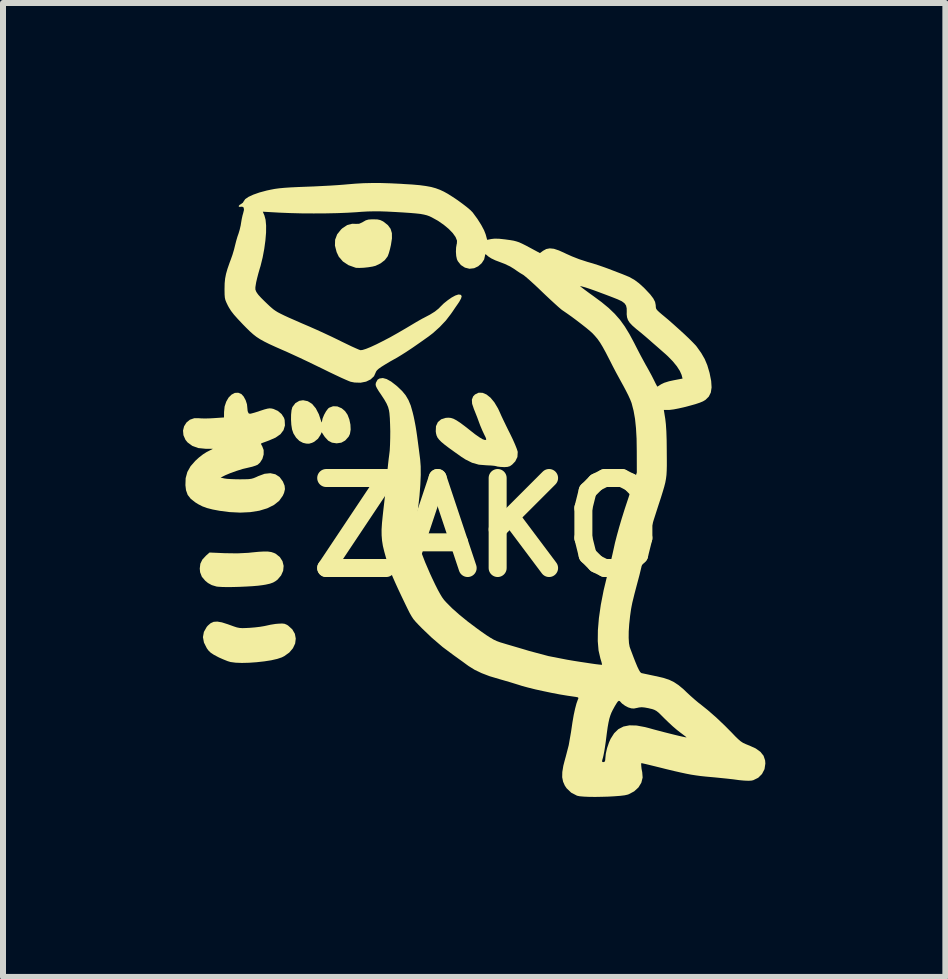
<source format=kicad_pcb>
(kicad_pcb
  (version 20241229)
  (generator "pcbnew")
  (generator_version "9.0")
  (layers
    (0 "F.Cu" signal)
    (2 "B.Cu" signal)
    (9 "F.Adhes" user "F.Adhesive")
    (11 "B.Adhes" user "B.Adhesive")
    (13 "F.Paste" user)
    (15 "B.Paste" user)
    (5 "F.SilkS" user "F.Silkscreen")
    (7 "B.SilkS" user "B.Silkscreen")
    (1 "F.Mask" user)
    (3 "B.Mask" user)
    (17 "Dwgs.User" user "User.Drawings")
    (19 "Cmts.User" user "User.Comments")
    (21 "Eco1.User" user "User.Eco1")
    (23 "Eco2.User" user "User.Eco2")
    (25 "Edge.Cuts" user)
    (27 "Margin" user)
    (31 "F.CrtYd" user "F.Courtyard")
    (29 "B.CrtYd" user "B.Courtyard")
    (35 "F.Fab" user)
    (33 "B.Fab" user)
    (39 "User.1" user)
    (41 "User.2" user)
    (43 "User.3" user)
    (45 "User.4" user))
  (footprint "ZAKO"
    (layer "F.Cu")
    (at 5.065 5.738)
    (property "Reference" "ZAKO" (at 0 0 0) (layer "F.SilkS") (effects (font (size 1.5 1.5) (thickness 0.3))))
    (attr board_only exclude_from_pos_files exclude_from_bom)
    (fp_poly (pts (xy -3.648 0.404) (xy -3.594 0.412) (xy -3.549 0.427) (xy -3.521 0.44) (xy -3.451 0.496) (xy -3.407 0.565) (xy -3.388 0.643) (xy -3.396 0.724) (xy -3.43 0.801) (xy -3.489 0.871) (xy -3.519 0.894) (xy -3.563 0.92) (xy -3.616 0.939) (xy -3.687 0.955) (xy -3.736 0.963) (xy -3.813 0.973) (xy -3.908 0.981) (xy -4.013 0.987) (xy -4.124 0.992) (xy -4.232 0.995) (xy -4.332 0.996) (xy -4.417 0.994) (xy -4.481 0.99) (xy -4.506 0.987) (xy -4.586 0.963) (xy -4.649 0.928) (xy -4.694 0.891) (xy -4.751 0.824) (xy -4.78 0.749) (xy -4.786 0.687) (xy -4.776 0.606) (xy -4.743 0.538) (xy -4.682 0.472) (xy -4.681 0.471) (xy -4.623 0.42) (xy -4.369 0.431) (xy -4.16 0.434) (xy -3.975 0.425) (xy -3.921 0.419) (xy -3.806 0.408) (xy -3.717 0.403)) (stroke (width 0) (type solid)) (fill yes) (layer "F.SilkS"))
    (fp_poly (pts (xy -1.826 -5.131) (xy -1.779 -5.121) (xy -1.736 -5.101) (xy -1.717 -5.089) (xy -1.65 -5.035) (xy -1.606 -4.975) (xy -1.584 -4.903) (xy -1.583 -4.815) (xy -1.6 -4.705) (xy -1.616 -4.635) (xy -1.634 -4.571) (xy -1.651 -4.524) (xy -1.655 -4.515) (xy -1.703 -4.452) (xy -1.774 -4.398) (xy -1.857 -4.358) (xy -1.909 -4.345) (xy -1.978 -4.334) (xy -2.052 -4.326) (xy -2.122 -4.323) (xy -2.176 -4.324) (xy -2.191 -4.327) (xy -2.308 -4.369) (xy -2.4 -4.43) (xy -2.469 -4.51) (xy -2.505 -4.586) (xy -2.533 -4.695) (xy -2.53 -4.793) (xy -2.496 -4.883) (xy -2.431 -4.964) (xy -2.409 -4.984) (xy -2.329 -5.037) (xy -2.246 -5.059) (xy -2.179 -5.057) (xy -2.129 -5.059) (xy -2.076 -5.083) (xy -2.063 -5.091) (xy -2.019 -5.116) (xy -1.975 -5.129) (xy -1.916 -5.133) (xy -1.892 -5.133)) (stroke (width 0) (type solid)) (fill yes) (layer "F.SilkS"))
    (fp_poly (pts (xy -2.986 -2.102) (xy -2.914 -2.057) (xy -2.852 -1.983) (xy -2.801 -1.884) (xy -2.772 -1.796) (xy -2.759 -1.757) (xy -2.752 -1.748) (xy -2.75 -1.762) (xy -2.739 -1.814) (xy -2.714 -1.875) (xy -2.681 -1.934) (xy -2.647 -1.979) (xy -2.63 -1.993) (xy -2.564 -2.018) (xy -2.493 -2.015) (xy -2.421 -1.984) (xy -2.365 -1.937) (xy -2.323 -1.876) (xy -2.293 -1.798) (xy -2.275 -1.712) (xy -2.271 -1.629) (xy -2.283 -1.556) (xy -2.305 -1.51) (xy -2.363 -1.446) (xy -2.426 -1.411) (xy -2.5 -1.4) (xy -2.508 -1.4) (xy -2.583 -1.411) (xy -2.645 -1.444) (xy -2.701 -1.505) (xy -2.715 -1.525) (xy -2.754 -1.585) (xy -2.774 -1.54) (xy -2.816 -1.476) (xy -2.879 -1.425) (xy -2.915 -1.408) (xy -2.963 -1.394) (xy -3.01 -1.395) (xy -3.066 -1.408) (xy -3.126 -1.44) (xy -3.181 -1.495) (xy -3.225 -1.565) (xy -3.248 -1.632) (xy -3.26 -1.709) (xy -3.265 -1.794) (xy -3.264 -1.877) (xy -3.257 -1.949) (xy -3.244 -1.999) (xy -3.242 -2.004) (xy -3.192 -2.07) (xy -3.127 -2.108) (xy -3.064 -2.118)) (stroke (width 0) (type solid)) (fill yes) (layer "F.SilkS"))
    (fp_poly (pts (xy -4.417 1.584) (xy -4.32 1.615) (xy -4.292 1.625) (xy -4.22 1.651) (xy -4.168 1.668) (xy -4.122 1.677) (xy -4.074 1.68) (xy -4.012 1.678) (xy -3.953 1.675) (xy -3.868 1.668) (xy -3.783 1.658) (xy -3.711 1.646) (xy -3.678 1.639) (xy -3.605 1.623) (xy -3.523 1.61) (xy -3.476 1.606) (xy -3.414 1.603) (xy -3.372 1.608) (xy -3.337 1.623) (xy -3.315 1.636) (xy -3.244 1.7) (xy -3.201 1.774) (xy -3.186 1.854) (xy -3.196 1.936) (xy -3.233 2.015) (xy -3.294 2.087) (xy -3.378 2.147) (xy -3.42 2.168) (xy -3.495 2.193) (xy -3.595 2.216) (xy -3.712 2.234) (xy -3.838 2.248) (xy -3.964 2.257) (xy -4.084 2.26) (xy -4.189 2.256) (xy -4.271 2.245) (xy -4.272 2.245) (xy -4.322 2.23) (xy -4.389 2.203) (xy -4.46 2.172) (xy -4.482 2.161) (xy -4.553 2.123) (xy -4.603 2.09) (xy -4.64 2.054) (xy -4.668 2.016) (xy -4.716 1.921) (xy -4.733 1.83) (xy -4.717 1.743) (xy -4.67 1.66) (xy -4.651 1.638) (xy -4.605 1.598) (xy -4.554 1.575) (xy -4.493 1.571)) (stroke (width 0) (type solid)) (fill yes) (layer "F.SilkS"))
    (fp_poly (pts (xy -0.075 -2.242) (xy -0.008 -2.214) (xy 0.06 -2.16) (xy 0.125 -2.081) (xy 0.185 -1.98) (xy 0.217 -1.911) (xy 0.239 -1.861) (xy 0.272 -1.791) (xy 0.313 -1.706) (xy 0.357 -1.616) (xy 0.383 -1.565) (xy 0.43 -1.468) (xy 0.468 -1.382) (xy 0.496 -1.312) (xy 0.512 -1.263) (xy 0.513 -1.253) (xy 0.508 -1.172) (xy 0.472 -1.099) (xy 0.42 -1.045) (xy 0.383 -1.019) (xy 0.343 -1.007) (xy 0.287 -1.003) (xy 0.278 -1.004) (xy 0.221 -1.007) (xy 0.173 -1.013) (xy 0.154 -1.019) (xy 0.123 -1.025) (xy 0.07 -1.03) (xy 0.005 -1.033) (xy -0.012 -1.034) (xy -0.135 -1.044) (xy -0.248 -1.076) (xy -0.36 -1.132) (xy -0.425 -1.174) (xy -0.542 -1.257) (xy -0.635 -1.324) (xy -0.706 -1.378) (xy -0.76 -1.423) (xy -0.798 -1.462) (xy -0.824 -1.496) (xy -0.839 -1.529) (xy -0.848 -1.564) (xy -0.853 -1.6) (xy -0.849 -1.686) (xy -0.818 -1.753) (xy -0.763 -1.8) (xy -0.687 -1.824) (xy -0.641 -1.827) (xy -0.601 -1.823) (xy -0.559 -1.81) (xy -0.509 -1.784) (xy -0.448 -1.744) (xy -0.371 -1.687) (xy -0.291 -1.624) (xy -0.198 -1.551) (xy -0.125 -1.5) (xy -0.072 -1.468) (xy -0.036 -1.456) (xy -0.03 -1.455) (xy -0.015 -1.458) (xy -0.012 -1.469) (xy -0.021 -1.497) (xy -0.045 -1.546) (xy -0.046 -1.548) (xy -0.077 -1.614) (xy -0.11 -1.692) (xy -0.134 -1.756) (xy -0.162 -1.832) (xy -0.194 -1.913) (xy -0.218 -1.973) (xy -0.247 -2.059) (xy -0.251 -2.128) (xy -0.23 -2.182) (xy -0.199 -2.214) (xy -0.14 -2.243)) (stroke (width 0) (type solid)) (fill yes) (layer "F.SilkS"))
    (fp_poly (pts (xy -4.092 -2.221) (xy -4.054 -2.179) (xy -4.021 -2.118) (xy -3.999 -2.05) (xy -3.994 -2.002) (xy -3.988 -1.937) (xy -3.973 -1.901) (xy -3.95 -1.892) (xy -3.925 -1.897) (xy -3.877 -1.91) (xy -3.815 -1.929) (xy -3.778 -1.942) (xy -3.707 -1.965) (xy -3.657 -1.978) (xy -3.621 -1.983) (xy -3.588 -1.98) (xy -3.558 -1.973) (xy -3.484 -1.94) (xy -3.423 -1.888) (xy -3.382 -1.825) (xy -3.371 -1.789) (xy -3.366 -1.698) (xy -3.39 -1.619) (xy -3.442 -1.551) (xy -3.524 -1.494) (xy -3.63 -1.448) (xy -3.689 -1.426) (xy -3.736 -1.409) (xy -3.762 -1.398) (xy -3.765 -1.397) (xy -3.762 -1.381) (xy -3.745 -1.351) (xy -3.745 -1.351) (xy -3.721 -1.288) (xy -3.721 -1.214) (xy -3.742 -1.141) (xy -3.782 -1.078) (xy -3.821 -1.043) (xy -3.856 -1.028) (xy -3.911 -1.01) (xy -3.975 -0.995) (xy -3.979 -0.994) (xy -4.069 -0.973) (xy -4.171 -0.941) (xy -4.272 -0.905) (xy -4.36 -0.868) (xy -4.39 -0.853) (xy -4.438 -0.828) (xy -4.373 -0.814) (xy -4.331 -0.808) (xy -4.266 -0.804) (xy -4.187 -0.801) (xy -4.115 -0.8) (xy -4.031 -0.801) (xy -3.971 -0.803) (xy -3.926 -0.809) (xy -3.887 -0.82) (xy -3.846 -0.837) (xy -3.812 -0.853) (xy -3.706 -0.892) (xy -3.61 -0.902) (xy -3.526 -0.884) (xy -3.456 -0.839) (xy -3.402 -0.766) (xy -3.399 -0.76) (xy -3.372 -0.694) (xy -3.366 -0.636) (xy -3.381 -0.574) (xy -3.403 -0.525) (xy -3.463 -0.441) (xy -3.55 -0.372) (xy -3.661 -0.317) (xy -3.793 -0.277) (xy -3.944 -0.253) (xy -4.111 -0.245) (xy -4.292 -0.254) (xy -4.453 -0.275) (xy -4.57 -0.297) (xy -4.664 -0.321) (xy -4.741 -0.349) (xy -4.811 -0.385) (xy -4.858 -0.414) (xy -4.936 -0.475) (xy -4.987 -0.54) (xy -5.015 -0.618) (xy -5.025 -0.702) (xy -5.021 -0.819) (xy -4.993 -0.922) (xy -4.939 -1.018) (xy -4.859 -1.109) (xy -4.799 -1.164) (xy -4.732 -1.216) (xy -4.671 -1.255) (xy -4.664 -1.258) (xy -4.567 -1.308) (xy -4.69 -1.309) (xy -4.81 -1.321) (xy -4.91 -1.357) (xy -4.989 -1.415) (xy -5.024 -1.458) (xy -5.058 -1.535) (xy -5.065 -1.612) (xy -5.047 -1.684) (xy -5.008 -1.746) (xy -4.951 -1.793) (xy -4.879 -1.818) (xy -4.798 -1.818) (xy -4.755 -1.815) (xy -4.69 -1.814) (xy -4.613 -1.816) (xy -4.558 -1.819) (xy -4.382 -1.831) (xy -4.381 -1.922) (xy -4.372 -2.013) (xy -4.345 -2.094) (xy -4.306 -2.162) (xy -4.257 -2.211) (xy -4.202 -2.24) (xy -4.145 -2.243)) (stroke (width 0) (type solid)) (fill yes) (layer "F.SilkS"))
    (fp_poly (pts (xy -1.772 -5.738) (xy -1.609 -5.733) (xy -1.422 -5.724) (xy -1.399 -5.722) (xy -1.246 -5.713) (xy -1.121 -5.702) (xy -1.017 -5.688) (xy -0.93 -5.672) (xy -0.854 -5.651) (xy -0.784 -5.625) (xy -0.719 -5.595) (xy -0.652 -5.558) (xy -0.573 -5.508) (xy -0.489 -5.452) (xy -0.407 -5.392) (xy -0.333 -5.335) (xy -0.274 -5.285) (xy -0.236 -5.246) (xy -0.235 -5.244) (xy -0.158 -5.139) (xy -0.095 -5.039) (xy -0.048 -4.951) (xy -0.021 -4.882) (xy 0.004 -4.791) (xy 0.074 -4.805) (xy 0.129 -4.811) (xy 0.205 -4.809) (xy 0.306 -4.798) (xy 0.326 -4.795) (xy 0.392 -4.786) (xy 0.445 -4.777) (xy 0.491 -4.765) (xy 0.536 -4.75) (xy 0.587 -4.727) (xy 0.651 -4.695) (xy 0.733 -4.651) (xy 0.785 -4.623) (xy 0.883 -4.57) (xy 0.936 -4.609) (xy 0.989 -4.638) (xy 1.047 -4.649) (xy 1.116 -4.642) (xy 1.2 -4.614) (xy 1.304 -4.567) (xy 1.313 -4.562) (xy 1.418 -4.515) (xy 1.538 -4.468) (xy 1.655 -4.43) (xy 1.673 -4.424) (xy 1.767 -4.397) (xy 1.866 -4.365) (xy 1.958 -4.333) (xy 2.013 -4.313) (xy 2.094 -4.282) (xy 2.18 -4.249) (xy 2.256 -4.22) (xy 2.273 -4.213) (xy 2.37 -4.173) (xy 2.453 -4.127) (xy 2.532 -4.069) (xy 2.615 -3.994) (xy 2.646 -3.962) (xy 2.721 -3.882) (xy 2.772 -3.815) (xy 2.802 -3.757) (xy 2.813 -3.702) (xy 2.813 -3.692) (xy 2.815 -3.664) (xy 2.821 -3.641) (xy 2.838 -3.618) (xy 2.869 -3.588) (xy 2.919 -3.545) (xy 2.935 -3.532) (xy 3.02 -3.461) (xy 3.11 -3.382) (xy 3.2 -3.301) (xy 3.287 -3.222) (xy 3.365 -3.148) (xy 3.429 -3.084) (xy 3.477 -3.034) (xy 3.496 -3.011) (xy 3.572 -2.904) (xy 3.629 -2.805) (xy 3.672 -2.703) (xy 3.707 -2.585) (xy 3.711 -2.57) (xy 3.737 -2.439) (xy 3.744 -2.332) (xy 3.731 -2.246) (xy 3.697 -2.178) (xy 3.642 -2.124) (xy 3.6 -2.099) (xy 3.547 -2.077) (xy 3.472 -2.052) (xy 3.382 -2.027) (xy 3.287 -2.002) (xy 3.194 -1.981) (xy 3.111 -1.965) (xy 3.047 -1.957) (xy 3.03 -1.956) (xy 2.948 -1.956) (xy 2.972 -1.807) (xy 2.982 -1.719) (xy 2.99 -1.601) (xy 2.995 -1.453) (xy 2.997 -1.273) (xy 2.997 -1.245) (xy 2.998 -1.123) (xy 2.998 -1.024) (xy 2.996 -0.942) (xy 2.992 -0.873) (xy 2.984 -0.809) (xy 2.972 -0.744) (xy 2.954 -0.674) (xy 2.93 -0.593) (xy 2.899 -0.493) (xy 2.859 -0.371) (xy 2.846 -0.331) (xy 2.78 -0.125) (xy 2.725 0.057) (xy 2.679 0.217) (xy 2.643 0.36) (xy 2.613 0.49) (xy 2.611 0.501) (xy 2.592 0.585) (xy 2.568 0.688) (xy 2.542 0.795) (xy 2.517 0.889) (xy 2.484 1.013) (xy 2.458 1.112) (xy 2.439 1.19) (xy 2.423 1.255) (xy 2.412 1.31) (xy 2.402 1.363) (xy 2.394 1.419) (xy 2.385 1.483) (xy 2.385 1.486) (xy 2.371 1.615) (xy 2.363 1.735) (xy 2.362 1.842) (xy 2.367 1.929) (xy 2.378 1.99) (xy 2.378 1.99) (xy 2.391 2.027) (xy 2.413 2.085) (xy 2.44 2.157) (xy 2.47 2.234) (xy 2.505 2.319) (xy 2.533 2.377) (xy 2.554 2.412) (xy 2.573 2.428) (xy 2.578 2.43) (xy 2.606 2.436) (xy 2.658 2.447) (xy 2.728 2.462) (xy 2.808 2.479) (xy 2.821 2.481) (xy 2.94 2.509) (xy 3.035 2.54) (xy 3.116 2.579) (xy 3.193 2.63) (xy 3.275 2.698) (xy 3.331 2.752) (xy 3.396 2.812) (xy 3.464 2.872) (xy 3.526 2.924) (xy 3.55 2.942) (xy 3.681 3.047) (xy 3.823 3.171) (xy 3.965 3.306) (xy 4.078 3.42) (xy 4.141 3.486) (xy 4.19 3.533) (xy 4.23 3.567) (xy 4.268 3.592) (xy 4.311 3.612) (xy 4.365 3.634) (xy 4.369 3.635) (xy 4.479 3.685) (xy 4.558 3.742) (xy 4.61 3.807) (xy 4.636 3.884) (xy 4.64 3.936) (xy 4.626 4.03) (xy 4.584 4.111) (xy 4.521 4.174) (xy 4.439 4.214) (xy 4.409 4.221) (xy 4.359 4.224) (xy 4.286 4.221) (xy 4.201 4.213) (xy 4.18 4.21) (xy 4.106 4.2) (xy 4.009 4.189) (xy 3.901 4.178) (xy 3.792 4.167) (xy 3.746 4.163) (xy 3.647 4.154) (xy 3.562 4.145) (xy 3.482 4.134) (xy 3.404 4.122) (xy 3.321 4.106) (xy 3.228 4.086) (xy 3.118 4.061) (xy 2.985 4.029) (xy 2.902 4.008) (xy 2.805 3.984) (xy 2.719 3.963) (xy 2.649 3.946) (xy 2.6 3.935) (xy 2.576 3.929) (xy 2.575 3.929) (xy 2.57 3.943) (xy 2.572 3.979) (xy 2.577 4.027) (xy 2.587 4.076) (xy 2.588 4.081) (xy 2.595 4.17) (xy 2.573 4.256) (xy 2.525 4.335) (xy 2.454 4.4) (xy 2.364 4.448) (xy 2.344 4.455) (xy 2.295 4.466) (xy 2.221 4.475) (xy 2.128 4.482) (xy 2.024 4.488) (xy 1.915 4.491) (xy 1.806 4.493) (xy 1.704 4.492) (xy 1.615 4.488) (xy 1.546 4.482) (xy 1.503 4.473) (xy 1.502 4.473) (xy 1.404 4.422) (xy 1.328 4.349) (xy 1.298 4.305) (xy 1.269 4.239) (xy 1.254 4.165) (xy 1.256 4.078) (xy 1.273 3.974) (xy 1.291 3.904) (xy 1.919 3.904) (xy 1.929 3.912) (xy 1.942 3.913) (xy 1.962 3.906) (xy 1.971 3.882) (xy 1.973 3.851) (xy 1.981 3.773) (xy 2.002 3.68) (xy 2.034 3.586) (xy 2.061 3.525) (xy 2.12 3.432) (xy 2.19 3.364) (xy 2.275 3.32) (xy 2.375 3.3) (xy 2.494 3.303) (xy 2.634 3.329) (xy 2.7 3.346) (xy 2.771 3.366) (xy 2.854 3.388) (xy 2.945 3.412) (xy 3.036 3.435) (xy 3.124 3.457) (xy 3.202 3.476) (xy 3.266 3.49) (xy 3.309 3.499) (xy 3.326 3.502) (xy 3.326 3.502) (xy 3.316 3.491) (xy 3.285 3.467) (xy 3.24 3.433) (xy 3.221 3.419) (xy 3.165 3.375) (xy 3.096 3.316) (xy 3.024 3.249) (xy 2.965 3.192) (xy 2.904 3.131) (xy 2.86 3.088) (xy 2.824 3.06) (xy 2.791 3.042) (xy 2.754 3.029) (xy 2.706 3.018) (xy 2.7 3.016) (xy 2.631 3.003) (xy 2.581 2.998) (xy 2.536 3.002) (xy 2.505 3.009) (xy 2.45 3.02) (xy 2.406 3.017) (xy 2.354 3.001) (xy 2.301 2.973) (xy 2.254 2.939) (xy 2.241 2.926) (xy 2.215 2.897) (xy 2.198 2.891) (xy 2.181 2.904) (xy 2.178 2.907) (xy 2.159 2.935) (xy 2.131 2.981) (xy 2.1 3.038) (xy 2.097 3.043) (xy 2.074 3.09) (xy 2.056 3.137) (xy 2.04 3.189) (xy 2.026 3.252) (xy 2.012 3.33) (xy 1.998 3.431) (xy 1.982 3.557) (xy 1.981 3.566) (xy 1.969 3.65) (xy 1.956 3.731) (xy 1.943 3.797) (xy 1.934 3.836) (xy 1.921 3.882) (xy 1.919 3.904) (xy 1.291 3.904) (xy 1.306 3.848) (xy 1.313 3.824) (xy 1.363 3.631) (xy 1.401 3.413) (xy 1.406 3.379) (xy 1.425 3.25) (xy 1.446 3.129) (xy 1.469 3.023) (xy 1.492 2.936) (xy 1.514 2.874) (xy 1.52 2.861) (xy 1.525 2.844) (xy 1.514 2.833) (xy 1.479 2.826) (xy 1.451 2.822) (xy 1.341 2.806) (xy 1.214 2.785) (xy 1.078 2.759) (xy 0.94 2.73) (xy 0.807 2.701) (xy 0.687 2.671) (xy 0.587 2.644) (xy 0.534 2.627) (xy 0.469 2.607) (xy 0.385 2.581) (xy 0.292 2.554) (xy 0.202 2.528) (xy 0.044 2.481) (xy -0.089 2.43) (xy -0.204 2.375) (xy -0.307 2.311) (xy -0.34 2.287) (xy -0.408 2.237) (xy -0.486 2.181) (xy -0.557 2.13) (xy -0.557 2.13) (xy -0.738 1.995) (xy -0.921 1.838) (xy -1.079 1.687) (xy -1.141 1.624) (xy -1.188 1.574) (xy -1.225 1.53) (xy -1.256 1.483) (xy -1.288 1.427) (xy -1.324 1.355) (xy -1.359 1.283) (xy -1.428 1.139) (xy -1.484 1.02) (xy -1.529 0.921) (xy -1.566 0.837) (xy -1.597 0.763) (xy -1.622 0.695) (xy -1.645 0.628) (xy -1.668 0.557) (xy -1.681 0.513) (xy -1.711 0.405) (xy -1.734 0.31) (xy -1.748 0.222) (xy -1.755 0.134) (xy -1.756 0.038) (xy -1.749 -0.071) (xy -1.736 -0.2) (xy -1.725 -0.299) (xy -1.711 -0.42) (xy -1.697 -0.545) (xy -1.684 -0.665) (xy -1.673 -0.773) (xy -1.666 -0.858) (xy -1.665 -0.865) (xy -1.657 -0.959) (xy -1.647 -1.056) (xy -1.637 -1.144) (xy -1.629 -1.205) (xy -1.62 -1.28) (xy -1.615 -1.377) (xy -1.612 -1.487) (xy -1.611 -1.602) (xy -1.614 -1.715) (xy -1.618 -1.818) (xy -1.625 -1.902) (xy -1.632 -1.948) (xy -1.647 -2.004) (xy -1.672 -2.062) (xy -1.71 -2.129) (xy -1.758 -2.202) (xy -1.804 -2.27) (xy -1.833 -2.318) (xy -1.849 -2.351) (xy -1.855 -2.377) (xy -1.852 -2.4) (xy -1.849 -2.412) (xy -1.822 -2.461) (xy -1.791 -2.48) (xy -1.735 -2.488) (xy -1.672 -2.471) (xy -1.598 -2.43) (xy -1.511 -2.363) (xy -1.488 -2.343) (xy -1.412 -2.27) (xy -1.354 -2.199) (xy -1.308 -2.121) (xy -1.27 -2.03) (xy -1.238 -1.917) (xy -1.222 -1.851) (xy -1.21 -1.794) (xy -1.199 -1.738) (xy -1.188 -1.679) (xy -1.177 -1.611) (xy -1.165 -1.53) (xy -1.152 -1.432) (xy -1.136 -1.311) (xy -1.117 -1.164) (xy -1.113 -1.132) (xy -1.104 -1.016) (xy -1.103 -0.873) (xy -1.11 -0.709) (xy -1.124 -0.526) (xy -1.146 -0.33) (xy -1.147 -0.316) (xy -1.159 -0.218) (xy -1.169 -0.123) (xy -1.176 -0.038) (xy -1.18 0.027) (xy -1.18 0.048) (xy -1.171 0.145) (xy -1.142 0.267) (xy -1.095 0.413) (xy -1.03 0.582) (xy -0.948 0.772) (xy -0.913 0.848) (xy -0.86 0.959) (xy -0.816 1.046) (xy -0.779 1.113) (xy -0.747 1.166) (xy -0.715 1.21) (xy -0.681 1.248) (xy -0.583 1.347) (xy -0.46 1.456) (xy -0.32 1.57) (xy -0.167 1.685) (xy -0.088 1.742) (xy -0.006 1.799) (xy 0.058 1.84) (xy 0.111 1.871) (xy 0.162 1.895) (xy 0.219 1.916) (xy 0.289 1.937) (xy 0.325 1.948) (xy 0.424 1.977) (xy 0.533 2.009) (xy 0.638 2.04) (xy 0.703 2.06) (xy 1.026 2.146) (xy 1.334 2.206) (xy 1.44 2.224) (xy 1.546 2.241) (xy 1.647 2.256) (xy 1.739 2.27) (xy 1.817 2.281) (xy 1.876 2.288) (xy 1.911 2.291) (xy 1.918 2.291) (xy 1.916 2.274) (xy 1.906 2.235) (xy 1.89 2.183) (xy 1.89 2.182) (xy 1.86 2.052) (xy 1.847 1.896) (xy 1.849 1.716) (xy 1.866 1.513) (xy 1.898 1.29) (xy 1.945 1.049) (xy 2.007 0.791) (xy 2.015 0.761) (xy 2.041 0.662) (xy 2.067 0.555) (xy 2.091 0.453) (xy 2.109 0.372) (xy 2.134 0.258) (xy 2.165 0.138) (xy 2.201 0.007) (xy 2.244 -0.139) (xy 2.296 -0.305) (xy 2.359 -0.495) (xy 2.374 -0.542) (xy 2.498 -0.913) (xy 2.497 -1.269) (xy 2.494 -1.475) (xy 2.484 -1.653) (xy 2.468 -1.807) (xy 2.444 -1.942) (xy 2.413 -2.062) (xy 2.408 -2.078) (xy 2.388 -2.129) (xy 2.356 -2.199) (xy 2.315 -2.28) (xy 2.271 -2.363) (xy 2.263 -2.377) (xy 2.211 -2.472) (xy 2.151 -2.582) (xy 2.092 -2.695) (xy 2.041 -2.796) (xy 2.039 -2.799) (xy 1.98 -2.914) (xy 1.93 -3.005) (xy 1.886 -3.078) (xy 1.844 -3.138) (xy 1.799 -3.191) (xy 1.76 -3.233) (xy 1.719 -3.27) (xy 1.657 -3.322) (xy 1.582 -3.381) (xy 1.5 -3.444) (xy 1.417 -3.506) (xy 1.341 -3.56) (xy 1.277 -3.604) (xy 1.269 -3.609) (xy 1.239 -3.631) (xy 1.19 -3.673) (xy 1.127 -3.73) (xy 1.053 -3.798) (xy 0.972 -3.874) (xy 0.927 -3.917) (xy 0.846 -3.995) (xy 0.82 -4.019) (xy 1.552 -4.019) (xy 1.565 -4.008) (xy 1.599 -3.982) (xy 1.651 -3.943) (xy 1.716 -3.895) (xy 1.768 -3.858) (xy 1.91 -3.753) (xy 2.029 -3.655) (xy 2.129 -3.559) (xy 2.217 -3.459) (xy 2.297 -3.348) (xy 2.375 -3.22) (xy 2.456 -3.069) (xy 2.469 -3.043) (xy 2.516 -2.951) (xy 2.564 -2.859) (xy 2.61 -2.774) (xy 2.647 -2.706) (xy 2.66 -2.684) (xy 2.701 -2.61) (xy 2.745 -2.529) (xy 2.781 -2.458) (xy 2.783 -2.454) (xy 2.809 -2.401) (xy 2.829 -2.363) (xy 2.84 -2.345) (xy 2.84 -2.344) (xy 2.855 -2.353) (xy 2.886 -2.373) (xy 2.901 -2.383) (xy 2.955 -2.409) (xy 3.035 -2.434) (xy 3.109 -2.45) (xy 3.26 -2.479) (xy 3.244 -2.541) (xy 3.215 -2.606) (xy 3.165 -2.684) (xy 3.096 -2.768) (xy 3.015 -2.851) (xy 2.977 -2.886) (xy 2.913 -2.942) (xy 2.838 -3.008) (xy 2.763 -3.073) (xy 2.737 -3.096) (xy 2.68 -3.146) (xy 2.63 -3.189) (xy 2.592 -3.221) (xy 2.577 -3.234) (xy 2.489 -3.305) (xy 2.424 -3.362) (xy 2.378 -3.411) (xy 2.35 -3.455) (xy 2.335 -3.5) (xy 2.329 -3.551) (xy 2.33 -3.591) (xy 2.329 -3.65) (xy 2.318 -3.697) (xy 2.292 -3.734) (xy 2.248 -3.767) (xy 2.18 -3.799) (xy 2.102 -3.83) (xy 2.045 -3.852) (xy 1.971 -3.88) (xy 1.893 -3.909) (xy 1.867 -3.919) (xy 1.788 -3.948) (xy 1.711 -3.975) (xy 1.644 -3.997) (xy 1.591 -4.012) (xy 1.559 -4.019) (xy 1.552 -4.019) (xy 0.82 -4.019) (xy 0.769 -4.066) (xy 0.702 -4.127) (xy 0.647 -4.174) (xy 0.608 -4.205) (xy 0.595 -4.213) (xy 0.553 -4.238) (xy 0.499 -4.274) (xy 0.455 -4.305) (xy 0.385 -4.348) (xy 0.296 -4.39) (xy 0.223 -4.418) (xy 0.141 -4.449) (xy 0.072 -4.482) (xy 0.024 -4.513) (xy 0.022 -4.515) (xy -0.011 -4.543) (xy -0.027 -4.551) (xy -0.032 -4.54) (xy -0.032 -4.528) (xy -0.047 -4.464) (xy -0.087 -4.402) (xy -0.146 -4.35) (xy -0.213 -4.318) (xy -0.291 -4.309) (xy -0.367 -4.328) (xy -0.434 -4.371) (xy -0.485 -4.435) (xy -0.5 -4.467) (xy -0.512 -4.522) (xy -0.517 -4.592) (xy -0.514 -4.663) (xy -0.504 -4.721) (xy -0.501 -4.729) (xy -0.499 -4.778) (xy -0.523 -4.838) (xy -0.57 -4.904) (xy -0.637 -4.973) (xy -0.72 -5.042) (xy -0.817 -5.109) (xy -0.92 -5.166) (xy -0.96 -5.185) (xy -1.002 -5.2) (xy -1.05 -5.212) (xy -1.109 -5.223) (xy -1.183 -5.231) (xy -1.276 -5.239) (xy -1.393 -5.247) (xy -1.528 -5.255) (xy -1.667 -5.262) (xy -1.784 -5.266) (xy -1.888 -5.266) (xy -1.987 -5.264) (xy -2.093 -5.258) (xy -2.167 -5.252) (xy -2.318 -5.243) (xy -2.494 -5.236) (xy -2.686 -5.232) (xy -2.886 -5.231) (xy -3.085 -5.232) (xy -3.277 -5.237) (xy -3.452 -5.244) (xy -3.472 -5.245) (xy -3.735 -5.26) (xy -3.708 -5.196) (xy -3.689 -5.125) (xy -3.68 -5.028) (xy -3.681 -4.911) (xy -3.692 -4.78) (xy -3.711 -4.641) (xy -3.738 -4.497) (xy -3.773 -4.355) (xy -3.786 -4.313) (xy -3.809 -4.233) (xy -3.83 -4.152) (xy -3.846 -4.083) (xy -3.85 -4.059) (xy -3.859 -4.002) (xy -3.859 -3.964) (xy -3.848 -3.933) (xy -3.833 -3.907) (xy -3.808 -3.873) (xy -3.764 -3.825) (xy -3.709 -3.77) (xy -3.659 -3.722) (xy -3.622 -3.687) (xy -3.589 -3.658) (xy -3.558 -3.632) (xy -3.524 -3.608) (xy -3.485 -3.584) (xy -3.437 -3.559) (xy -3.376 -3.529) (xy -3.3 -3.494) (xy -3.204 -3.452) (xy -3.086 -3.4) (xy -2.941 -3.338) (xy -2.935 -3.335) (xy -2.833 -3.29) (xy -2.715 -3.236) (xy -2.591 -3.178) (xy -2.475 -3.122) (xy -2.423 -3.096) (xy -2.334 -3.053) (xy -2.253 -3.014) (xy -2.184 -2.983) (xy -2.133 -2.961) (xy -2.107 -2.952) (xy -2.073 -2.956) (xy -2.015 -2.974) (xy -1.936 -3.006) (xy -1.841 -3.05) (xy -1.734 -3.104) (xy -1.617 -3.165) (xy -1.496 -3.233) (xy -1.372 -3.305) (xy -1.348 -3.319) (xy -1.266 -3.368) (xy -1.189 -3.414) (xy -1.123 -3.452) (xy -1.075 -3.479) (xy -1.057 -3.488) (xy -0.949 -3.545) (xy -0.867 -3.596) (xy -0.805 -3.646) (xy -0.774 -3.678) (xy -0.719 -3.732) (xy -0.654 -3.784) (xy -0.588 -3.83) (xy -0.527 -3.863) (xy -0.479 -3.879) (xy -0.468 -3.88) (xy -0.434 -3.874) (xy -0.421 -3.852) (xy -0.431 -3.814) (xy -0.463 -3.756) (xy -0.491 -3.715) (xy -0.532 -3.656) (xy -0.571 -3.598) (xy -0.601 -3.555) (xy -0.684 -3.447) (xy -0.787 -3.338) (xy -0.899 -3.237) (xy -0.973 -3.18) (xy -1.12 -3.076) (xy -1.244 -2.99) (xy -1.348 -2.921) (xy -1.432 -2.868) (xy -1.496 -2.829) (xy -1.609 -2.766) (xy -1.696 -2.714) (xy -1.76 -2.674) (xy -1.805 -2.642) (xy -1.833 -2.616) (xy -1.848 -2.595) (xy -1.851 -2.587) (xy -1.882 -2.518) (xy -1.938 -2.465) (xy -2.014 -2.428) (xy -2.105 -2.41) (xy -2.206 -2.413) (xy -2.272 -2.426) (xy -2.303 -2.438) (xy -2.359 -2.462) (xy -2.435 -2.496) (xy -2.526 -2.539) (xy -2.627 -2.587) (xy -2.724 -2.635) (xy -2.848 -2.695) (xy -2.98 -2.759) (xy -3.113 -2.822) (xy -3.239 -2.88) (xy -3.348 -2.93) (xy -3.395 -2.95) (xy -3.524 -3.007) (xy -3.627 -3.054) (xy -3.711 -3.096) (xy -3.781 -3.135) (xy -3.841 -3.174) (xy -3.896 -3.217) (xy -3.952 -3.267) (xy -4.013 -3.327) (xy -4.067 -3.382) (xy -4.151 -3.471) (xy -4.216 -3.544) (xy -4.264 -3.606) (xy -4.3 -3.663) (xy -4.317 -3.694) (xy -4.342 -3.746) (xy -4.359 -3.788) (xy -4.368 -3.829) (xy -4.372 -3.88) (xy -4.373 -3.951) (xy -4.373 -3.976) (xy -4.371 -4.067) (xy -4.363 -4.147) (xy -4.348 -4.224) (xy -4.324 -4.308) (xy -4.289 -4.409) (xy -4.269 -4.462) (xy -4.241 -4.541) (xy -4.215 -4.628) (xy -4.197 -4.701) (xy -4.179 -4.772) (xy -4.158 -4.844) (xy -4.14 -4.895) (xy -4.121 -4.958) (xy -4.104 -5.031) (xy -4.098 -5.069) (xy -4.087 -5.135) (xy -4.073 -5.199) (xy -4.064 -5.229) (xy -4.049 -5.29) (xy -4.054 -5.329) (xy -4.079 -5.344) (xy -4.1 -5.342) (xy -4.131 -5.341) (xy -4.138 -5.354) (xy -4.121 -5.374) (xy -4.1 -5.386) (xy -4.067 -5.41) (xy -4.053 -5.434) (xy -4.028 -5.47) (xy -3.974 -5.507) (xy -3.894 -5.544) (xy -3.792 -5.58) (xy -3.669 -5.613) (xy -3.603 -5.627) (xy -3.535 -5.64) (xy -3.461 -5.65) (xy -3.375 -5.658) (xy -3.272 -5.665) (xy -3.146 -5.671) (xy -3.015 -5.676) (xy -2.884 -5.681) (xy -2.746 -5.688) (xy -2.61 -5.695) (xy -2.486 -5.703) (xy -2.381 -5.711) (xy -2.338 -5.715) (xy -2.195 -5.727) (xy -2.058 -5.735) (xy -1.919 -5.738)) (stroke (width 0) (type solid)) (fill yes) (layer "F.SilkS")))
  (gr_rect
    (start -3 -3)
    (end 12.705 13.231)
    (stroke (width 0.1) (type default))
    (fill no)
    (layer "Edge.Cuts")))
</source>
